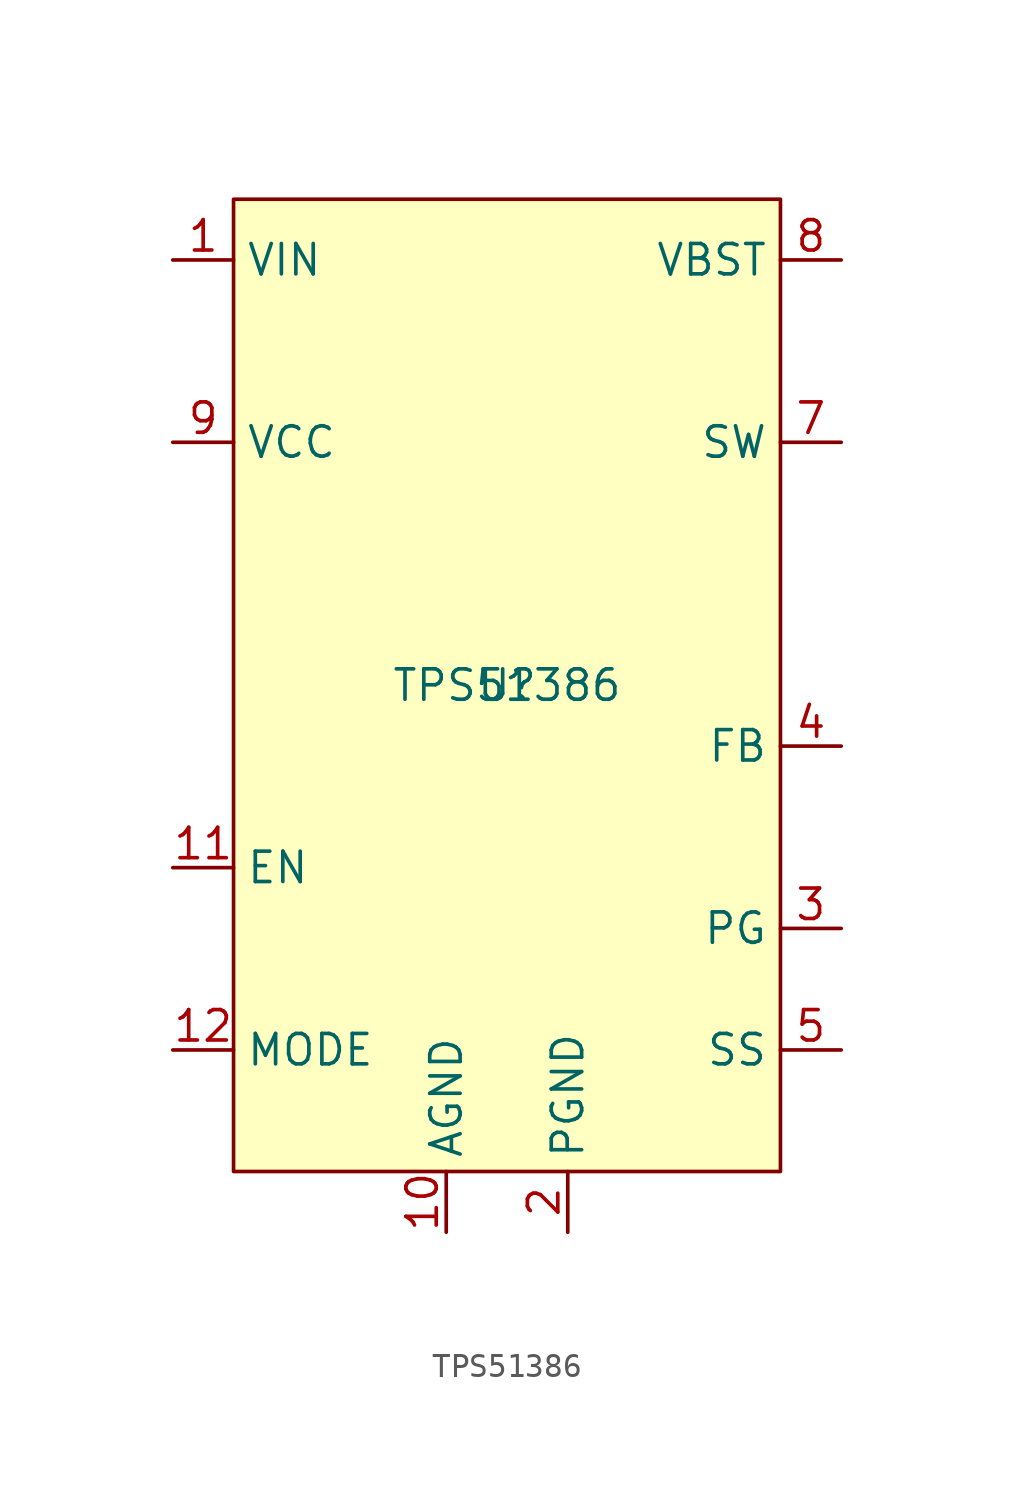
<source format=kicad_sym>
(kicad_symbol_lib
  (version 20231120)
  (generator "kicad_symbol_editor")
  (generator_version "8.0")
  (symbol "TPS51386"
    (property "Reference" "U"
      (at 0 0 0)
      (effects (font (size 1.27 1.27))))
    (property "Value" "TPS51386"
      (at 0 0 0)
      (effects (font (size 1.27 1.27))))
    (symbol "TPS51386_1_1"
      (rectangle (start -11.43 20.32) (end 11.43 -20.32) (stroke (width 0) (type default)) (fill (type background)))
      (pin power_in line (at -13.97 17.78 0) (length 2.54) (name "VIN" (effects (font (size 1.27 1.27)))) (number "1" (effects (font (size 1.27 1.27)))))
      (pin power_in line (at -2.54 -22.86 90) (length 2.54) (name "AGND" (effects (font (size 1.27 1.27)))) (number "10" (effects (font (size 1.27 1.27)))))
      (pin input line (at -13.97 -7.62 0) (length 2.54) (name "EN" (effects (font (size 1.27 1.27)))) (number "11" (effects (font (size 1.27 1.27)))))
      (pin input line (at -13.97 -15.24 0) (length 2.54) (name "MODE" (effects (font (size 1.27 1.27)))) (number "12" (effects (font (size 1.27 1.27)))))
      (pin power_in line (at 2.54 -22.86 90) (length 2.54) (name "PGND" (effects (font (size 1.27 1.27)))) (number "2" (effects (font (size 1.27 1.27)))))
      (pin output line (at 13.97 -10.16 180) (length 2.54) (name "PG" (effects (font (size 1.27 1.27)))) (number "3" (effects (font (size 1.27 1.27)))))
      (pin input line (at 13.97 -2.54 180) (length 2.54) (name "FB" (effects (font (size 1.27 1.27)))) (number "4" (effects (font (size 1.27 1.27)))))
      (pin input line (at 13.97 -15.24 180) (length 2.54) (name "SS" (effects (font (size 1.27 1.27)))) (number "5" (effects (font (size 1.27 1.27)))))
      (pin power_out line (at 13.97 10.16 180) (length 2.54) (name "SW" (effects (font (size 1.27 1.27)))) (number "7" (effects (font (size 1.27 1.27)))))
      (pin input line (at 13.97 17.78 180) (length 2.54) (name "VBST" (effects (font (size 1.27 1.27)))) (number "8" (effects (font (size 1.27 1.27)))))
      (pin power_in line (at -13.97 10.16 0) (length 2.54) (name "VCC" (effects (font (size 1.27 1.27)))) (number "9" (effects (font (size 1.27 1.27))))))))
</source>
